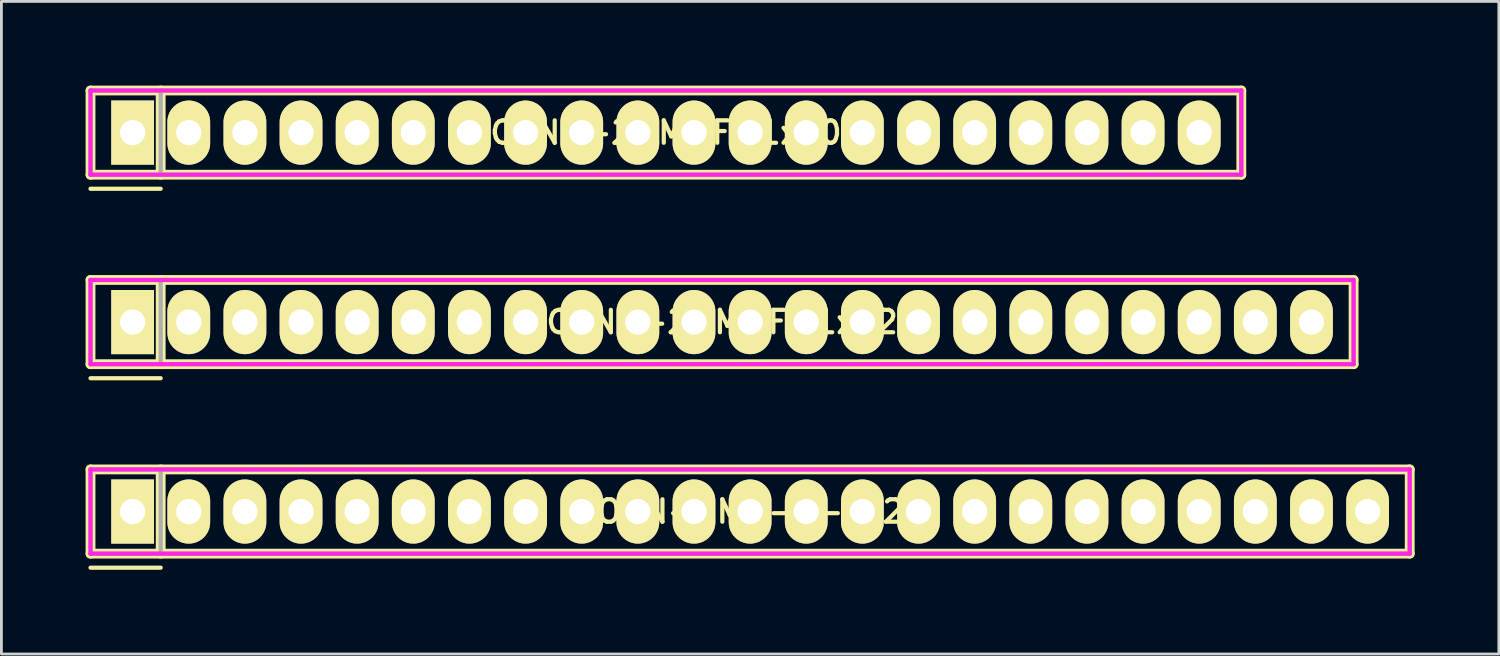
<source format=kicad_pcb>
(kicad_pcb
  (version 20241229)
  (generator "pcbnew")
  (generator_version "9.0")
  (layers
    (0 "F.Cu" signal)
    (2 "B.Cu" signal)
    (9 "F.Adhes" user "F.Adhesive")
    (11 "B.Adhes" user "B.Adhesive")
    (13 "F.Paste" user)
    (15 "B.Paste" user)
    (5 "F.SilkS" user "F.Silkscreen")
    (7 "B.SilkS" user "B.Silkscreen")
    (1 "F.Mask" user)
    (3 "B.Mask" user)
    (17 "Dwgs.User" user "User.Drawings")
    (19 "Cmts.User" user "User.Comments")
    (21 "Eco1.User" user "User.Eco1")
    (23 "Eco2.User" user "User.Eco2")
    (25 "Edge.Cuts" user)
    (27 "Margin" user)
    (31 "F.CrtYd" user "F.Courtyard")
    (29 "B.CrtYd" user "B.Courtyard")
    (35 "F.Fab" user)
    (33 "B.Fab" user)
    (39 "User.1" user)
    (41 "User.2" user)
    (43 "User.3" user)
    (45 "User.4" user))
  (footprint "CONN-2MM-F-1x22"
    (layer "F.Cu")
    (at 22.675 8.425)
    (property "Reference" "CONN-2MM-F-1x22" (at 0 0 0) (layer "F.SilkS") (effects (font (size 0.8 0.8) (thickness 0.15))))
    (attr through_hole)
    (fp_line (start -22.5 -1.5) (end 22.5 -1.5) (stroke (width 0.35) (type solid)) (layer "F.SilkS"))
    (fp_line (start -22.5 1.5) (end -22.5 -1.5) (stroke (width 0.35) (type solid)) (layer "F.SilkS"))
    (fp_line (start -22.5 2) (end -20 2) (stroke (width 0.15) (type solid)) (layer "F.SilkS"))
    (fp_line (start -20 -1.5) (end -20 1.5) (stroke (width 0.35) (type solid)) (layer "F.SilkS"))
    (fp_line (start 22.5 -1.5) (end 22.5 1.5) (stroke (width 0.35) (type solid)) (layer "F.SilkS"))
    (fp_line (start 22.5 1.5) (end -22.5 1.5) (stroke (width 0.35) (type solid)) (layer "F.SilkS"))
    (fp_line (start -22.5 -1.5) (end 22.5 -1.5) (stroke (width 0.15) (type solid)) (layer "F.CrtYd"))
    (fp_line (start -22.5 1.5) (end -22.5 -1.5) (stroke (width 0.15) (type solid)) (layer "F.CrtYd"))
    (fp_line (start 22.5 -1.5) (end 22.5 1.5) (stroke (width 0.15) (type solid)) (layer "F.CrtYd"))
    (fp_line (start 22.5 1.5) (end -22.5 1.5) (stroke (width 0.15) (type solid)) (layer "F.CrtYd"))
    (fp_line (start -22.5 -1.5) (end 22.5 -1.5) (stroke (width 0.15) (type solid)) (layer "F.Fab"))
    (fp_line (start -22.5 1.5) (end -22.5 -1.5) (stroke (width 0.15) (type solid)) (layer "F.Fab"))
    (fp_line (start -20 -1.5) (end -20 1.5) (stroke (width 0.15) (type solid)) (layer "F.Fab"))
    (fp_line (start 22.5 -1.5) (end 22.5 1.5) (stroke (width 0.15) (type solid)) (layer "F.Fab"))
    (fp_line (start 22.5 1.5) (end -22.5 1.5) (stroke (width 0.15) (type solid)) (layer "F.Fab"))
    (pad "1" thru_hole rect (at -21 0) (size 1.524 2.286) (drill 0.9) (layers "*.Cu" "*.Mask" "F.SilkS"))
    (pad "2" thru_hole oval (at -19 0) (size 1.524 2.286) (drill 0.9) (layers "*.Cu" "*.Mask" "F.SilkS"))
    (pad "3" thru_hole oval (at -17 0) (size 1.524 2.286) (drill 0.9) (layers "*.Cu" "*.Mask" "F.SilkS"))
    (pad "4" thru_hole oval (at -15 0) (size 1.524 2.286) (drill 0.9) (layers "*.Cu" "*.Mask" "F.SilkS"))
    (pad "5" thru_hole oval (at -13 0) (size 1.524 2.286) (drill 0.9) (layers "*.Cu" "*.Mask" "F.SilkS"))
    (pad "6" thru_hole oval (at -11 0) (size 1.524 2.286) (drill 0.9) (layers "*.Cu" "*.Mask" "F.SilkS"))
    (pad "7" thru_hole oval (at -9 0) (size 1.524 2.286) (drill 0.9) (layers "*.Cu" "*.Mask" "F.SilkS"))
    (pad "8" thru_hole oval (at -7 0) (size 1.524 2.286) (drill 0.9) (layers "*.Cu" "*.Mask" "F.SilkS"))
    (pad "9" thru_hole oval (at -5 0) (size 1.524 2.286) (drill 0.9) (layers "*.Cu" "*.Mask" "F.SilkS"))
    (pad "10" thru_hole oval (at -3 0) (size 1.524 2.286) (drill 0.9) (layers "*.Cu" "*.Mask" "F.SilkS"))
    (pad "11" thru_hole oval (at -1 0) (size 1.524 2.286) (drill 0.9) (layers "*.Cu" "*.Mask" "F.SilkS"))
    (pad "12" thru_hole oval (at 1 0) (size 1.524 2.286) (drill 0.9) (layers "*.Cu" "*.Mask" "F.SilkS"))
    (pad "13" thru_hole oval (at 3 0) (size 1.524 2.286) (drill 0.9) (layers "*.Cu" "*.Mask" "F.SilkS"))
    (pad "14" thru_hole oval (at 5 0) (size 1.524 2.286) (drill 0.9) (layers "*.Cu" "*.Mask" "F.SilkS"))
    (pad "15" thru_hole oval (at 7 0) (size 1.524 2.286) (drill 0.9) (layers "*.Cu" "*.Mask" "F.SilkS"))
    (pad "16" thru_hole oval (at 9 0) (size 1.524 2.286) (drill 0.9) (layers "*.Cu" "*.Mask" "F.SilkS"))
    (pad "17" thru_hole oval (at 11 0) (size 1.524 2.286) (drill 0.9) (layers "*.Cu" "*.Mask" "F.SilkS"))
    (pad "18" thru_hole oval (at 13 0) (size 1.524 2.286) (drill 0.9) (layers "*.Cu" "*.Mask" "F.SilkS"))
    (pad "19" thru_hole oval (at 15 0) (size 1.524 2.286) (drill 0.9) (layers "*.Cu" "*.Mask" "F.SilkS"))
    (pad "20" thru_hole oval (at 17 0) (size 1.524 2.286) (drill 0.9) (layers "*.Cu" "*.Mask" "F.SilkS"))
    (pad "21" thru_hole oval (at 19 0) (size 1.524 2.286) (drill 0.9) (layers "*.Cu" "*.Mask" "F.SilkS"))
    (pad "22" thru_hole oval (at 21 0) (size 1.524 2.286) (drill 0.9) (layers "*.Cu" "*.Mask" "F.SilkS")))
  (footprint "CONN-2MM-F-1x23"
    (layer "F.Cu")
    (at 23.675 15.175)
    (property "Reference" "CONN-2MM-F-1x23" (at 0 0 0) (layer "F.SilkS") (effects (font (size 0.8 0.8) (thickness 0.15))))
    (attr through_hole)
    (fp_line (start -23.5 -1.5) (end 23.5 -1.5) (stroke (width 0.35) (type solid)) (layer "F.SilkS"))
    (fp_line (start -23.5 1.5) (end -23.5 -1.5) (stroke (width 0.35) (type solid)) (layer "F.SilkS"))
    (fp_line (start -23.5 2) (end -21 2) (stroke (width 0.15) (type solid)) (layer "F.SilkS"))
    (fp_line (start -21 -1.5) (end -21 1.5) (stroke (width 0.35) (type solid)) (layer "F.SilkS"))
    (fp_line (start 23.5 -1.5) (end 23.5 1.5) (stroke (width 0.35) (type solid)) (layer "F.SilkS"))
    (fp_line (start 23.5 1.5) (end -23.5 1.5) (stroke (width 0.35) (type solid)) (layer "F.SilkS"))
    (fp_line (start -23.5 -1.5) (end 23.5 -1.5) (stroke (width 0.15) (type solid)) (layer "F.CrtYd"))
    (fp_line (start -23.5 1.5) (end -23.5 -1.5) (stroke (width 0.15) (type solid)) (layer "F.CrtYd"))
    (fp_line (start 23.5 -1.5) (end 23.5 1.5) (stroke (width 0.15) (type solid)) (layer "F.CrtYd"))
    (fp_line (start 23.5 1.5) (end -23.5 1.5) (stroke (width 0.15) (type solid)) (layer "F.CrtYd"))
    (fp_line (start -23.5 -1.5) (end 23.5 -1.5) (stroke (width 0.15) (type solid)) (layer "F.Fab"))
    (fp_line (start -23.5 1.5) (end -23.5 -1.5) (stroke (width 0.15) (type solid)) (layer "F.Fab"))
    (fp_line (start -21 -1.5) (end -21 1.5) (stroke (width 0.15) (type solid)) (layer "F.Fab"))
    (fp_line (start 23.5 -1.5) (end 23.5 1.5) (stroke (width 0.15) (type solid)) (layer "F.Fab"))
    (fp_line (start 23.5 1.5) (end -23.5 1.5) (stroke (width 0.15) (type solid)) (layer "F.Fab"))
    (pad "1" thru_hole rect (at -22 0) (size 1.524 2.286) (drill 0.9) (layers "*.Cu" "*.Mask" "F.SilkS"))
    (pad "2" thru_hole oval (at -20 0) (size 1.524 2.286) (drill 0.9) (layers "*.Cu" "*.Mask" "F.SilkS"))
    (pad "3" thru_hole oval (at -18 0) (size 1.524 2.286) (drill 0.9) (layers "*.Cu" "*.Mask" "F.SilkS"))
    (pad "4" thru_hole oval (at -16 0) (size 1.524 2.286) (drill 0.9) (layers "*.Cu" "*.Mask" "F.SilkS"))
    (pad "5" thru_hole oval (at -14 0) (size 1.524 2.286) (drill 0.9) (layers "*.Cu" "*.Mask" "F.SilkS"))
    (pad "6" thru_hole oval (at -12 0) (size 1.524 2.286) (drill 0.9) (layers "*.Cu" "*.Mask" "F.SilkS"))
    (pad "7" thru_hole oval (at -10 0) (size 1.524 2.286) (drill 0.9) (layers "*.Cu" "*.Mask" "F.SilkS"))
    (pad "8" thru_hole oval (at -8 0) (size 1.524 2.286) (drill 0.9) (layers "*.Cu" "*.Mask" "F.SilkS"))
    (pad "9" thru_hole oval (at -6 0) (size 1.524 2.286) (drill 0.9) (layers "*.Cu" "*.Mask" "F.SilkS"))
    (pad "10" thru_hole oval (at -4 0) (size 1.524 2.286) (drill 0.9) (layers "*.Cu" "*.Mask" "F.SilkS"))
    (pad "11" thru_hole oval (at -2 0) (size 1.524 2.286) (drill 0.9) (layers "*.Cu" "*.Mask" "F.SilkS"))
    (pad "12" thru_hole oval (at 0 0) (size 1.524 2.286) (drill 0.9) (layers "*.Cu" "*.Mask" "F.SilkS"))
    (pad "13" thru_hole oval (at 2 0) (size 1.524 2.286) (drill 0.9) (layers "*.Cu" "*.Mask" "F.SilkS"))
    (pad "14" thru_hole oval (at 4 0) (size 1.524 2.286) (drill 0.9) (layers "*.Cu" "*.Mask" "F.SilkS"))
    (pad "15" thru_hole oval (at 6 0) (size 1.524 2.286) (drill 0.9) (layers "*.Cu" "*.Mask" "F.SilkS"))
    (pad "16" thru_hole oval (at 8 0) (size 1.524 2.286) (drill 0.9) (layers "*.Cu" "*.Mask" "F.SilkS"))
    (pad "17" thru_hole oval (at 10 0) (size 1.524 2.286) (drill 0.9) (layers "*.Cu" "*.Mask" "F.SilkS"))
    (pad "18" thru_hole oval (at 12 0) (size 1.524 2.286) (drill 0.9) (layers "*.Cu" "*.Mask" "F.SilkS"))
    (pad "19" thru_hole oval (at 14 0) (size 1.524 2.286) (drill 0.9) (layers "*.Cu" "*.Mask" "F.SilkS"))
    (pad "20" thru_hole oval (at 16 0) (size 1.524 2.286) (drill 0.9) (layers "*.Cu" "*.Mask" "F.SilkS"))
    (pad "21" thru_hole oval (at 18 0) (size 1.524 2.286) (drill 0.9) (layers "*.Cu" "*.Mask" "F.SilkS"))
    (pad "22" thru_hole oval (at 20 0) (size 1.524 2.286) (drill 0.9) (layers "*.Cu" "*.Mask" "F.SilkS"))
    (pad "23" thru_hole oval (at 22 0) (size 1.524 2.286) (drill 0.9) (layers "*.Cu" "*.Mask" "F.SilkS")))
  (footprint "CONN-2MM-F-1x20"
    (layer "F.Cu")
    (at 20.675 1.675)
    (property "Reference" "CONN-2MM-F-1x20" (at 0 0 0) (layer "F.SilkS") (effects (font (size 0.8 0.8) (thickness 0.15))))
    (attr through_hole)
    (fp_line (start -20.5 -1.5) (end 20.5 -1.5) (stroke (width 0.35) (type solid)) (layer "F.SilkS"))
    (fp_line (start -20.5 1.5) (end -20.5 -1.5) (stroke (width 0.35) (type solid)) (layer "F.SilkS"))
    (fp_line (start -20.5 2) (end -18 2) (stroke (width 0.15) (type solid)) (layer "F.SilkS"))
    (fp_line (start -18 -1.5) (end -18 1.5) (stroke (width 0.35) (type solid)) (layer "F.SilkS"))
    (fp_line (start 20.5 -1.5) (end 20.5 1.5) (stroke (width 0.35) (type solid)) (layer "F.SilkS"))
    (fp_line (start 20.5 1.5) (end -20.5 1.5) (stroke (width 0.35) (type solid)) (layer "F.SilkS"))
    (fp_line (start -20.5 -1.5) (end 20.5 -1.5) (stroke (width 0.15) (type solid)) (layer "F.CrtYd"))
    (fp_line (start -20.5 1.5) (end -20.5 -1.5) (stroke (width 0.15) (type solid)) (layer "F.CrtYd"))
    (fp_line (start 20.5 -1.5) (end 20.5 1.5) (stroke (width 0.15) (type solid)) (layer "F.CrtYd"))
    (fp_line (start 20.5 1.5) (end -20.5 1.5) (stroke (width 0.15) (type solid)) (layer "F.CrtYd"))
    (fp_line (start -20.5 -1.5) (end 20.5 -1.5) (stroke (width 0.15) (type solid)) (layer "F.Fab"))
    (fp_line (start -20.5 1.5) (end -20.5 -1.5) (stroke (width 0.15) (type solid)) (layer "F.Fab"))
    (fp_line (start -18 -1.5) (end -18 1.5) (stroke (width 0.15) (type solid)) (layer "F.Fab"))
    (fp_line (start 20.5 -1.5) (end 20.5 1.5) (stroke (width 0.15) (type solid)) (layer "F.Fab"))
    (fp_line (start 20.5 1.5) (end -20.5 1.5) (stroke (width 0.15) (type solid)) (layer "F.Fab"))
    (pad "1" thru_hole rect (at -19 0) (size 1.524 2.286) (drill 0.9) (layers "*.Cu" "*.Mask" "F.SilkS"))
    (pad "2" thru_hole oval (at -17 0) (size 1.524 2.286) (drill 0.9) (layers "*.Cu" "*.Mask" "F.SilkS"))
    (pad "3" thru_hole oval (at -15 0) (size 1.524 2.286) (drill 0.9) (layers "*.Cu" "*.Mask" "F.SilkS"))
    (pad "4" thru_hole oval (at -13 0) (size 1.524 2.286) (drill 0.9) (layers "*.Cu" "*.Mask" "F.SilkS"))
    (pad "5" thru_hole oval (at -11 0) (size 1.524 2.286) (drill 0.9) (layers "*.Cu" "*.Mask" "F.SilkS"))
    (pad "6" thru_hole oval (at -9 0) (size 1.524 2.286) (drill 0.9) (layers "*.Cu" "*.Mask" "F.SilkS"))
    (pad "7" thru_hole oval (at -7 0) (size 1.524 2.286) (drill 0.9) (layers "*.Cu" "*.Mask" "F.SilkS"))
    (pad "8" thru_hole oval (at -5 0) (size 1.524 2.286) (drill 0.9) (layers "*.Cu" "*.Mask" "F.SilkS"))
    (pad "9" thru_hole oval (at -3 0) (size 1.524 2.286) (drill 0.9) (layers "*.Cu" "*.Mask" "F.SilkS"))
    (pad "10" thru_hole oval (at -1 0) (size 1.524 2.286) (drill 0.9) (layers "*.Cu" "*.Mask" "F.SilkS"))
    (pad "11" thru_hole oval (at 1 0) (size 1.524 2.286) (drill 0.9) (layers "*.Cu" "*.Mask" "F.SilkS"))
    (pad "12" thru_hole oval (at 3 0) (size 1.524 2.286) (drill 0.9) (layers "*.Cu" "*.Mask" "F.SilkS"))
    (pad "13" thru_hole oval (at 5 0) (size 1.524 2.286) (drill 0.9) (layers "*.Cu" "*.Mask" "F.SilkS"))
    (pad "14" thru_hole oval (at 7 0) (size 1.524 2.286) (drill 0.9) (layers "*.Cu" "*.Mask" "F.SilkS"))
    (pad "15" thru_hole oval (at 9 0) (size 1.524 2.286) (drill 0.9) (layers "*.Cu" "*.Mask" "F.SilkS"))
    (pad "16" thru_hole oval (at 11 0) (size 1.524 2.286) (drill 0.9) (layers "*.Cu" "*.Mask" "F.SilkS"))
    (pad "17" thru_hole oval (at 13 0) (size 1.524 2.286) (drill 0.9) (layers "*.Cu" "*.Mask" "F.SilkS"))
    (pad "18" thru_hole oval (at 15 0) (size 1.524 2.286) (drill 0.9) (layers "*.Cu" "*.Mask" "F.SilkS"))
    (pad "19" thru_hole oval (at 17 0) (size 1.524 2.286) (drill 0.9) (layers "*.Cu" "*.Mask" "F.SilkS"))
    (pad "20" thru_hole oval (at 19 0) (size 1.524 2.286) (drill 0.9) (layers "*.Cu" "*.Mask" "F.SilkS")))
  (gr_rect
    (start -3 -3)
    (end 50.35 20.25)
    (stroke (width 0.1) (type default))
    (fill no)
    (layer "Edge.Cuts")))
</source>
